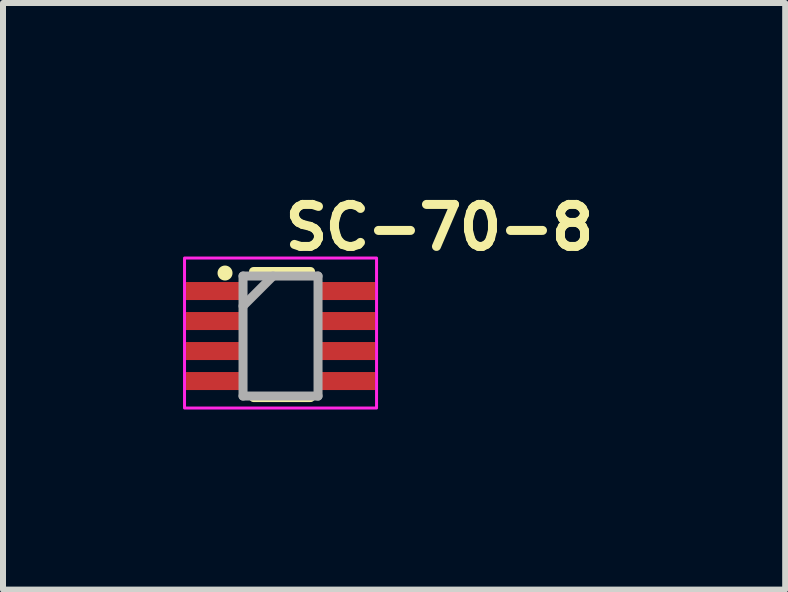
<source format=kicad_pcb>
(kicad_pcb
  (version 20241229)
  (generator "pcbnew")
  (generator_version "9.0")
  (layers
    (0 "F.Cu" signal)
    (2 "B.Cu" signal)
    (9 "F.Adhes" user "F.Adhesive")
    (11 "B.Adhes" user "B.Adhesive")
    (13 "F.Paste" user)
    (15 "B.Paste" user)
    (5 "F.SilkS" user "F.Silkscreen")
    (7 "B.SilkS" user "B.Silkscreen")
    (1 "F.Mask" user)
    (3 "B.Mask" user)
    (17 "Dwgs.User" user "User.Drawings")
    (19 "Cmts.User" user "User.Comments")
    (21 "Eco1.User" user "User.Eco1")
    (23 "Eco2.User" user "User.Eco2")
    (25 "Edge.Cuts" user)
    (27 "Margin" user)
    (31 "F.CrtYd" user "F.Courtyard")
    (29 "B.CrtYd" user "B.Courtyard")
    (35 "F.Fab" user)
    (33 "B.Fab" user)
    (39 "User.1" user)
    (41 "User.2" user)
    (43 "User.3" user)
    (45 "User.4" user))
  (footprint "SC-70-8"
    (layer "F.Cu")
    (at 1.625 2.55)
    (property "Reference" "SC-70-8" (at 0 -1.4 0) (layer "F.SilkS") (effects (font (size 0.7 0.7) (thickness 0.15)) (justify left bottom)))
    (attr smd)
    (fp_line (start -0.45 -1.075) (end 0.5 -1.075) (stroke (width 0.15) (type solid)) (layer "F.SilkS"))
    (fp_line (start -0.45 1.025) (end 0.5 1.025) (stroke (width 0.15) (type solid)) (layer "F.SilkS"))
    (fp_circle (center -0.925 -1.05) (end -0.875 -1.05) (stroke (width 0.15) (type solid)) (fill yes) (layer "F.SilkS"))
    (fp_rect (start -1.6 -1.3) (end 1.6 1.2) (stroke (width 0.05) (type solid)) (fill no) (layer "F.CrtYd"))
    (fp_line (start -0.625 -1) (end 0.625 -1) (stroke (width 0.15) (type solid)) (layer "F.Fab"))
    (fp_line (start -0.625 -0.5) (end -0.125 -1) (stroke (width 0.15) (type solid)) (layer "F.Fab"))
    (fp_line (start -0.625 1) (end -0.625 -1) (stroke (width 0.15) (type solid)) (layer "F.Fab"))
    (fp_line (start 0.625 -1) (end 0.625 1) (stroke (width 0.15) (type solid)) (layer "F.Fab"))
    (fp_line (start 0.625 1) (end -0.625 1) (stroke (width 0.15) (type solid)) (layer "F.Fab"))
    (fp_rect (start -1.05 -1) (end 1.05 1) (stroke (width 0.1) (type solid)) (fill no) (layer "User.5"))
    (fp_line (start -1.05 -0.855) (end -0.907 -0.855) (stroke (width 0.02) (type solid)) (layer "User.9"))
    (fp_line (start -1.05 -0.645) (end -1.05 -0.855) (stroke (width 0.02) (type solid)) (layer "User.9"))
    (fp_line (start -1.05 -0.645) (end -0.907 -0.645) (stroke (width 0.02) (type solid)) (layer "User.9"))
    (fp_line (start -1.05 -0.355) (end -0.907 -0.355) (stroke (width 0.02) (type solid)) (layer "User.9"))
    (fp_line (start -1.05 -0.145) (end -1.05 -0.355) (stroke (width 0.02) (type solid)) (layer "User.9"))
    (fp_line (start -1.05 -0.145) (end -0.907 -0.145) (stroke (width 0.02) (type solid)) (layer "User.9"))
    (fp_line (start -1.05 0.145) (end -0.907 0.145) (stroke (width 0.02) (type solid)) (layer "User.9"))
    (fp_line (start -1.05 0.355) (end -1.05 0.145) (stroke (width 0.02) (type solid)) (layer "User.9"))
    (fp_line (start -1.05 0.355) (end -0.907 0.355) (stroke (width 0.02) (type solid)) (layer "User.9"))
    (fp_line (start -1.05 0.645) (end -0.907 0.645) (stroke (width 0.02) (type solid)) (layer "User.9"))
    (fp_line (start -1.05 0.855) (end -1.05 0.645) (stroke (width 0.02) (type solid)) (layer "User.9"))
    (fp_line (start -1.05 0.855) (end -0.907 0.855) (stroke (width 0.02) (type solid)) (layer "User.9"))
    (fp_line (start -0.907 -0.855) (end -0.856 -0.855) (stroke (width 0.02) (type solid)) (layer "User.9"))
    (fp_line (start -0.907 -0.645) (end -0.856 -0.645) (stroke (width 0.02) (type solid)) (layer "User.9"))
    (fp_line (start -0.907 -0.355) (end -0.856 -0.355) (stroke (width 0.02) (type solid)) (layer "User.9"))
    (fp_line (start -0.907 -0.145) (end -0.856 -0.145) (stroke (width 0.02) (type solid)) (layer "User.9"))
    (fp_line (start -0.907 0.145) (end -0.856 0.145) (stroke (width 0.02) (type solid)) (layer "User.9"))
    (fp_line (start -0.907 0.355) (end -0.856 0.355) (stroke (width 0.02) (type solid)) (layer "User.9"))
    (fp_line (start -0.907 0.645) (end -0.856 0.645) (stroke (width 0.02) (type solid)) (layer "User.9"))
    (fp_line (start -0.907 0.855) (end -0.856 0.855) (stroke (width 0.02) (type solid)) (layer "User.9"))
    (fp_line (start -0.856 -0.855) (end -0.736 -0.855) (stroke (width 0.02) (type solid)) (layer "User.9"))
    (fp_line (start -0.856 -0.645) (end -0.736 -0.645) (stroke (width 0.02) (type solid)) (layer "User.9"))
    (fp_line (start -0.856 -0.355) (end -0.736 -0.355) (stroke (width 0.02) (type solid)) (layer "User.9"))
    (fp_line (start -0.856 -0.145) (end -0.736 -0.145) (stroke (width 0.02) (type solid)) (layer "User.9"))
    (fp_line (start -0.856 0.145) (end -0.736 0.145) (stroke (width 0.02) (type solid)) (layer "User.9"))
    (fp_line (start -0.856 0.355) (end -0.736 0.355) (stroke (width 0.02) (type solid)) (layer "User.9"))
    (fp_line (start -0.856 0.645) (end -0.736 0.645) (stroke (width 0.02) (type solid)) (layer "User.9"))
    (fp_line (start -0.856 0.855) (end -0.736 0.855) (stroke (width 0.02) (type solid)) (layer "User.9"))
    (fp_line (start -0.736 -0.855) (end -0.686 -0.855) (stroke (width 0.02) (type solid)) (layer "User.9"))
    (fp_line (start -0.736 -0.645) (end -0.686 -0.645) (stroke (width 0.02) (type solid)) (layer "User.9"))
    (fp_line (start -0.736 -0.355) (end -0.686 -0.355) (stroke (width 0.02) (type solid)) (layer "User.9"))
    (fp_line (start -0.736 -0.145) (end -0.686 -0.145) (stroke (width 0.02) (type solid)) (layer "User.9"))
    (fp_line (start -0.736 0.145) (end -0.686 0.145) (stroke (width 0.02) (type solid)) (layer "User.9"))
    (fp_line (start -0.736 0.355) (end -0.686 0.355) (stroke (width 0.02) (type solid)) (layer "User.9"))
    (fp_line (start -0.736 0.645) (end -0.686 0.645) (stroke (width 0.02) (type solid)) (layer "User.9"))
    (fp_line (start -0.736 0.855) (end -0.686 0.855) (stroke (width 0.02) (type solid)) (layer "User.9"))
    (fp_line (start -0.686 -0.855) (end -0.625 -0.855) (stroke (width 0.02) (type solid)) (layer "User.9"))
    (fp_line (start -0.686 -0.645) (end -0.625 -0.645) (stroke (width 0.02) (type solid)) (layer "User.9"))
    (fp_line (start -0.686 -0.355) (end -0.625 -0.355) (stroke (width 0.02) (type solid)) (layer "User.9"))
    (fp_line (start -0.686 -0.145) (end -0.625 -0.145) (stroke (width 0.02) (type solid)) (layer "User.9"))
    (fp_line (start -0.686 0.145) (end -0.625 0.145) (stroke (width 0.02) (type solid)) (layer "User.9"))
    (fp_line (start -0.686 0.355) (end -0.625 0.355) (stroke (width 0.02) (type solid)) (layer "User.9"))
    (fp_line (start -0.686 0.645) (end -0.625 0.645) (stroke (width 0.02) (type solid)) (layer "User.9"))
    (fp_line (start -0.686 0.855) (end -0.625 0.855) (stroke (width 0.02) (type solid)) (layer "User.9"))
    (fp_line (start -0.625 -1) (end -0.594 -0.969) (stroke (width 0.02) (type solid)) (layer "User.9"))
    (fp_line (start -0.625 -1) (end 0.625 -1) (stroke (width 0.02) (type solid)) (layer "User.9"))
    (fp_line (start -0.625 -0.645) (end -0.625 -0.855) (stroke (width 0.02) (type solid)) (layer "User.9"))
    (fp_line (start -0.625 -0.145) (end -0.625 -0.355) (stroke (width 0.02) (type solid)) (layer "User.9"))
    (fp_line (start -0.625 0.355) (end -0.625 0.145) (stroke (width 0.02) (type solid)) (layer "User.9"))
    (fp_line (start -0.625 0.855) (end -0.625 0.645) (stroke (width 0.02) (type solid)) (layer "User.9"))
    (fp_line (start -0.625 1) (end -0.625 -1) (stroke (width 0.02) (type solid)) (layer "User.9"))
    (fp_line (start -0.625 1) (end -0.594 0.969) (stroke (width 0.02) (type solid)) (layer "User.9"))
    (fp_line (start -0.625 1) (end 0.625 1) (stroke (width 0.02) (type solid)) (layer "User.9"))
    (fp_line (start -0.594 -0.969) (end -0.574 -0.949) (stroke (width 0.02) (type solid)) (layer "User.9"))
    (fp_line (start -0.594 0.969) (end -0.574 0.949) (stroke (width 0.02) (type solid)) (layer "User.9"))
    (fp_line (start -0.495 -0.8) (end -0.495 -0.796) (stroke (width 0.02) (type solid)) (layer "User.9"))
    (fp_line (start -0.495 -0.796) (end -0.495 -0.792) (stroke (width 0.02) (type solid)) (layer "User.9"))
    (fp_line (start -0.495 -0.792) (end -0.495 -0.792) (stroke (width 0.02) (type solid)) (layer "User.9"))
    (fp_line (start -0.495 -0.792) (end -0.495 -0.788) (stroke (width 0.02) (type solid)) (layer "User.9"))
    (fp_line (start -0.495 -0.788) (end -0.495 -0.784) (stroke (width 0.02) (type solid)) (layer "User.9"))
    (fp_line (start -0.495 -0.784) (end -0.494 -0.78) (stroke (width 0.02) (type solid)) (layer "User.9"))
    (fp_line (start -0.494 -0.808) (end -0.494 -0.804) (stroke (width 0.02) (type solid)) (layer "User.9"))
    (fp_line (start -0.494 -0.804) (end -0.495 -0.8) (stroke (width 0.02) (type solid)) (layer "User.9"))
    (fp_line (start -0.494 -0.78) (end -0.494 -0.776) (stroke (width 0.02) (type solid)) (layer "User.9"))
    (fp_line (start -0.494 -0.776) (end -0.493 -0.772) (stroke (width 0.02) (type solid)) (layer "User.9"))
    (fp_line (start -0.493 -0.812) (end -0.494 -0.808) (stroke (width 0.02) (type solid)) (layer "User.9"))
    (fp_line (start -0.493 -0.772) (end -0.492 -0.769) (stroke (width 0.02) (type solid)) (layer "User.9"))
    (fp_line (start -0.492 -0.815) (end -0.493 -0.812) (stroke (width 0.02) (type solid)) (layer "User.9"))
    (fp_line (start -0.492 -0.769) (end -0.49 -0.765) (stroke (width 0.02) (type solid)) (layer "User.9"))
    (fp_line (start -0.49 -0.819) (end -0.492 -0.815) (stroke (width 0.02) (type solid)) (layer "User.9"))
    (fp_line (start -0.49 -0.765) (end -0.489 -0.762) (stroke (width 0.02) (type solid)) (layer "User.9"))
    (fp_line (start -0.489 -0.822) (end -0.49 -0.819) (stroke (width 0.02) (type solid)) (layer "User.9"))
    (fp_line (start -0.489 -0.762) (end -0.487 -0.758) (stroke (width 0.02) (type solid)) (layer "User.9"))
    (fp_line (start -0.487 -0.826) (end -0.489 -0.822) (stroke (width 0.02) (type solid)) (layer "User.9"))
    (fp_line (start -0.487 -0.758) (end -0.486 -0.755) (stroke (width 0.02) (type solid)) (layer "User.9"))
    (fp_line (start -0.486 -0.829) (end -0.487 -0.826) (stroke (width 0.02) (type solid)) (layer "User.9"))
    (fp_line (start -0.486 -0.755) (end -0.484 -0.751) (stroke (width 0.02) (type solid)) (layer "User.9"))
    (fp_line (start -0.484 -0.833) (end -0.486 -0.829) (stroke (width 0.02) (type solid)) (layer "User.9"))
    (fp_line (start -0.484 -0.751) (end -0.482 -0.748) (stroke (width 0.02) (type solid)) (layer "User.9"))
    (fp_line (start -0.482 -0.836) (end -0.484 -0.833) (stroke (width 0.02) (type solid)) (layer "User.9"))
    (fp_line (start -0.482 -0.748) (end -0.48 -0.745) (stroke (width 0.02) (type solid)) (layer "User.9"))
    (fp_line (start -0.48 -0.839) (end -0.482 -0.836) (stroke (width 0.02) (type solid)) (layer "User.9"))
    (fp_line (start -0.48 -0.745) (end -0.477 -0.742) (stroke (width 0.02) (type solid)) (layer "User.9"))
    (fp_line (start -0.477 -0.842) (end -0.48 -0.839) (stroke (width 0.02) (type solid)) (layer "User.9"))
    (fp_line (start -0.477 -0.742) (end -0.475 -0.739) (stroke (width 0.02) (type solid)) (layer "User.9"))
    (fp_line (start -0.475 -0.845) (end -0.477 -0.842) (stroke (width 0.02) (type solid)) (layer "User.9"))
    (fp_line (start -0.475 -0.739) (end -0.472 -0.737) (stroke (width 0.02) (type solid)) (layer "User.9"))
    (fp_line (start -0.472 -0.847) (end -0.475 -0.845) (stroke (width 0.02) (type solid)) (layer "User.9"))
    (fp_line (start -0.472 -0.737) (end -0.47 -0.734) (stroke (width 0.02) (type solid)) (layer "User.9"))
    (fp_line (start -0.47 -0.85) (end -0.472 -0.847) (stroke (width 0.02) (type solid)) (layer "User.9"))
    (fp_line (start -0.47 -0.734) (end -0.467 -0.732) (stroke (width 0.02) (type solid)) (layer "User.9"))
    (fp_line (start -0.467 -0.852) (end -0.47 -0.85) (stroke (width 0.02) (type solid)) (layer "User.9"))
    (fp_line (start -0.467 -0.732) (end -0.464 -0.729) (stroke (width 0.02) (type solid)) (layer "User.9"))
    (fp_line (start -0.464 -0.855) (end -0.467 -0.852) (stroke (width 0.02) (type solid)) (layer "User.9"))
    (fp_line (start -0.464 -0.729) (end -0.461 -0.727) (stroke (width 0.02) (type solid)) (layer "User.9"))
    (fp_line (start -0.461 -0.857) (end -0.464 -0.855) (stroke (width 0.02) (type solid)) (layer "User.9"))
    (fp_line (start -0.461 -0.727) (end -0.458 -0.725) (stroke (width 0.02) (type solid)) (layer "User.9"))
    (fp_line (start -0.458 -0.859) (end -0.461 -0.857) (stroke (width 0.02) (type solid)) (layer "User.9"))
    (fp_line (start -0.458 -0.725) (end -0.454 -0.723) (stroke (width 0.02) (type solid)) (layer "User.9"))
    (fp_line (start -0.454 -0.861) (end -0.458 -0.859) (stroke (width 0.02) (type solid)) (layer "User.9"))
    (fp_line (start -0.454 -0.723) (end -0.451 -0.722) (stroke (width 0.02) (type solid)) (layer "User.9"))
    (fp_line (start -0.451 -0.862) (end -0.454 -0.861) (stroke (width 0.02) (type solid)) (layer "User.9"))
    (fp_line (start -0.451 -0.722) (end -0.447 -0.72) (stroke (width 0.02) (type solid)) (layer "User.9"))
    (fp_line (start -0.447 -0.864) (end -0.451 -0.862) (stroke (width 0.02) (type solid)) (layer "User.9"))
    (fp_line (start -0.447 -0.72) (end -0.444 -0.719) (stroke (width 0.02) (type solid)) (layer "User.9"))
    (fp_line (start -0.444 -0.865) (end -0.447 -0.864) (stroke (width 0.02) (type solid)) (layer "User.9"))
    (fp_line (start -0.444 -0.719) (end -0.44 -0.717) (stroke (width 0.02) (type solid)) (layer "User.9"))
    (fp_line (start -0.44 -0.867) (end -0.444 -0.865) (stroke (width 0.02) (type solid)) (layer "User.9"))
    (fp_line (start -0.44 -0.717) (end -0.437 -0.716) (stroke (width 0.02) (type solid)) (layer "User.9"))
    (fp_line (start -0.437 -0.868) (end -0.44 -0.867) (stroke (width 0.02) (type solid)) (layer "User.9"))
    (fp_line (start -0.437 -0.716) (end -0.433 -0.715) (stroke (width 0.02) (type solid)) (layer "User.9"))
    (fp_line (start -0.433 -0.869) (end -0.437 -0.868) (stroke (width 0.02) (type solid)) (layer "User.9"))
    (fp_line (start -0.433 -0.715) (end -0.429 -0.715) (stroke (width 0.02) (type solid)) (layer "User.9"))
    (fp_line (start -0.429 -0.869) (end -0.433 -0.869) (stroke (width 0.02) (type solid)) (layer "User.9"))
    (fp_line (start -0.429 -0.715) (end -0.425 -0.714) (stroke (width 0.02) (type solid)) (layer "User.9"))
    (fp_line (start -0.425 -0.87) (end -0.429 -0.869) (stroke (width 0.02) (type solid)) (layer "User.9"))
    (fp_line (start -0.425 -0.714) (end -0.421 -0.714) (stroke (width 0.02) (type solid)) (layer "User.9"))
    (fp_line (start -0.421 -0.87) (end -0.425 -0.87) (stroke (width 0.02) (type solid)) (layer "User.9"))
    (fp_line (start -0.421 -0.714) (end -0.417 -0.714) (stroke (width 0.02) (type solid)) (layer "User.9"))
    (fp_line (start -0.417 -0.87) (end -0.421 -0.87) (stroke (width 0.02) (type solid)) (layer "User.9"))
    (fp_line (start -0.417 -0.87) (end -0.417 -0.87) (stroke (width 0.02) (type solid)) (layer "User.9"))
    (fp_line (start -0.417 -0.714) (end -0.417 -0.714) (stroke (width 0.02) (type solid)) (layer "User.9"))
    (fp_line (start -0.417 -0.714) (end -0.413 -0.714) (stroke (width 0.02) (type solid)) (layer "User.9"))
    (fp_line (start -0.413 -0.87) (end -0.417 -0.87) (stroke (width 0.02) (type solid)) (layer "User.9"))
    (fp_line (start -0.413 -0.714) (end -0.409 -0.714) (stroke (width 0.02) (type solid)) (layer "User.9"))
    (fp_line (start -0.409 -0.87) (end -0.413 -0.87) (stroke (width 0.02) (type solid)) (layer "User.9"))
    (fp_line (start -0.409 -0.714) (end -0.405 -0.715) (stroke (width 0.02) (type solid)) (layer "User.9"))
    (fp_line (start -0.405 -0.869) (end -0.409 -0.87) (stroke (width 0.02) (type solid)) (layer "User.9"))
    (fp_line (start -0.405 -0.715) (end -0.401 -0.715) (stroke (width 0.02) (type solid)) (layer "User.9"))
    (fp_line (start -0.401 -0.869) (end -0.405 -0.869) (stroke (width 0.02) (type solid)) (layer "User.9"))
    (fp_line (start -0.401 -0.715) (end -0.397 -0.716) (stroke (width 0.02) (type solid)) (layer "User.9"))
    (fp_line (start -0.397 -0.868) (end -0.401 -0.869) (stroke (width 0.02) (type solid)) (layer "User.9"))
    (fp_line (start -0.397 -0.716) (end -0.394 -0.717) (stroke (width 0.02) (type solid)) (layer "User.9"))
    (fp_line (start -0.394 -0.867) (end -0.397 -0.868) (stroke (width 0.02) (type solid)) (layer "User.9"))
    (fp_line (start -0.394 -0.717) (end -0.39 -0.719) (stroke (width 0.02) (type solid)) (layer "User.9"))
    (fp_line (start -0.39 -0.865) (end -0.394 -0.867) (stroke (width 0.02) (type solid)) (layer "User.9"))
    (fp_line (start -0.39 -0.719) (end -0.387 -0.72) (stroke (width 0.02) (type solid)) (layer "User.9"))
    (fp_line (start -0.387 -0.864) (end -0.39 -0.865) (stroke (width 0.02) (type solid)) (layer "User.9"))
    (fp_line (start -0.387 -0.72) (end -0.383 -0.722) (stroke (width 0.02) (type solid)) (layer "User.9"))
    (fp_line (start -0.383 -0.862) (end -0.387 -0.864) (stroke (width 0.02) (type solid)) (layer "User.9"))
    (fp_line (start -0.383 -0.722) (end -0.38 -0.723) (stroke (width 0.02) (type solid)) (layer "User.9"))
    (fp_line (start -0.38 -0.861) (end -0.383 -0.862) (stroke (width 0.02) (type solid)) (layer "User.9"))
    (fp_line (start -0.38 -0.723) (end -0.376 -0.725) (stroke (width 0.02) (type solid)) (layer "User.9"))
    (fp_line (start -0.376 -0.859) (end -0.38 -0.861) (stroke (width 0.02) (type solid)) (layer "User.9"))
    (fp_line (start -0.376 -0.725) (end -0.373 -0.727) (stroke (width 0.02) (type solid)) (layer "User.9"))
    (fp_line (start -0.373 -0.857) (end -0.376 -0.859) (stroke (width 0.02) (type solid)) (layer "User.9"))
    (fp_line (start -0.373 -0.727) (end -0.37 -0.729) (stroke (width 0.02) (type solid)) (layer "User.9"))
    (fp_line (start -0.37 -0.855) (end -0.373 -0.857) (stroke (width 0.02) (type solid)) (layer "User.9"))
    (fp_line (start -0.37 -0.729) (end -0.367 -0.732) (stroke (width 0.02) (type solid)) (layer "User.9"))
    (fp_line (start -0.367 -0.852) (end -0.37 -0.855) (stroke (width 0.02) (type solid)) (layer "User.9"))
    (fp_line (start -0.367 -0.732) (end -0.364 -0.734) (stroke (width 0.02) (type solid)) (layer "User.9"))
    (fp_line (start -0.364 -0.85) (end -0.367 -0.852) (stroke (width 0.02) (type solid)) (layer "User.9"))
    (fp_line (start -0.364 -0.734) (end -0.362 -0.737) (stroke (width 0.02) (type solid)) (layer "User.9"))
    (fp_line (start -0.362 -0.847) (end -0.364 -0.85) (stroke (width 0.02) (type solid)) (layer "User.9"))
    (fp_line (start -0.362 -0.737) (end -0.359 -0.739) (stroke (width 0.02) (type solid)) (layer "User.9"))
    (fp_line (start -0.359 -0.845) (end -0.362 -0.847) (stroke (width 0.02) (type solid)) (layer "User.9"))
    (fp_line (start -0.359 -0.739) (end -0.357 -0.742) (stroke (width 0.02) (type solid)) (layer "User.9"))
    (fp_line (start -0.357 -0.842) (end -0.359 -0.845) (stroke (width 0.02) (type solid)) (layer "User.9"))
    (fp_line (start -0.357 -0.742) (end -0.354 -0.745) (stroke (width 0.02) (type solid)) (layer "User.9"))
    (fp_line (start -0.354 -0.839) (end -0.357 -0.842) (stroke (width 0.02) (type solid)) (layer "User.9"))
    (fp_line (start -0.354 -0.745) (end -0.352 -0.748) (stroke (width 0.02) (type solid)) (layer "User.9"))
    (fp_line (start -0.352 -0.836) (end -0.354 -0.839) (stroke (width 0.02) (type solid)) (layer "User.9"))
    (fp_line (start -0.352 -0.748) (end -0.35 -0.751) (stroke (width 0.02) (type solid)) (layer "User.9"))
    (fp_line (start -0.35 -0.833) (end -0.352 -0.836) (stroke (width 0.02) (type solid)) (layer "User.9"))
    (fp_line (start -0.35 -0.751) (end -0.348 -0.755) (stroke (width 0.02) (type solid)) (layer "User.9"))
    (fp_line (start -0.348 -0.829) (end -0.35 -0.833) (stroke (width 0.02) (type solid)) (layer "User.9"))
    (fp_line (start -0.348 -0.755) (end -0.347 -0.758) (stroke (width 0.02) (type solid)) (layer "User.9"))
    (fp_line (start -0.347 -0.826) (end -0.348 -0.829) (stroke (width 0.02) (type solid)) (layer "User.9"))
    (fp_line (start -0.347 -0.758) (end -0.345 -0.762) (stroke (width 0.02) (type solid)) (layer "User.9"))
    (fp_line (start -0.345 -0.822) (end -0.347 -0.826) (stroke (width 0.02) (type solid)) (layer "User.9"))
    (fp_line (start -0.345 -0.762) (end -0.344 -0.765) (stroke (width 0.02) (type solid)) (layer "User.9"))
    (fp_line (start -0.344 -0.819) (end -0.345 -0.822) (stroke (width 0.02) (type solid)) (layer "User.9"))
    (fp_line (start -0.344 -0.765) (end -0.342 -0.769) (stroke (width 0.02) (type solid)) (layer "User.9"))
    (fp_line (start -0.342 -0.815) (end -0.344 -0.819) (stroke (width 0.02) (type solid)) (layer "User.9"))
    (fp_line (start -0.342 -0.769) (end -0.341 -0.772) (stroke (width 0.02) (type solid)) (layer "User.9"))
    (fp_line (start -0.341 -0.812) (end -0.342 -0.815) (stroke (width 0.02) (type solid)) (layer "User.9"))
    (fp_line (start -0.341 -0.772) (end -0.34 -0.776) (stroke (width 0.02) (type solid)) (layer "User.9"))
    (fp_line (start -0.34 -0.808) (end -0.341 -0.812) (stroke (width 0.02) (type solid)) (layer "User.9"))
    (fp_line (start -0.34 -0.804) (end -0.34 -0.808) (stroke (width 0.02) (type solid)) (layer "User.9"))
    (fp_line (start -0.34 -0.78) (end -0.339 -0.784) (stroke (width 0.02) (type solid)) (layer "User.9"))
    (fp_line (start -0.34 -0.776) (end -0.34 -0.78) (stroke (width 0.02) (type solid)) (layer "User.9"))
    (fp_line (start -0.339 -0.8) (end -0.34 -0.804) (stroke (width 0.02) (type solid)) (layer "User.9"))
    (fp_line (start -0.339 -0.796) (end -0.339 -0.8) (stroke (width 0.02) (type solid)) (layer "User.9"))
    (fp_line (start -0.339 -0.792) (end -0.339 -0.796) (stroke (width 0.02) (type solid)) (layer "User.9"))
    (fp_line (start -0.339 -0.792) (end -0.339 -0.792) (stroke (width 0.02) (type solid)) (layer "User.9"))
    (fp_line (start -0.339 -0.792) (end -0.339 -0.792) (stroke (width 0.02) (type solid)) (layer "User.9"))
    (fp_line (start -0.339 -0.788) (end -0.339 -0.792) (stroke (width 0.02) (type solid)) (layer "User.9"))
    (fp_line (start -0.339 -0.784) (end -0.339 -0.788) (stroke (width 0.02) (type solid)) (layer "User.9"))
    (fp_line (start 0.574 -0.949) (end 0.594 -0.969) (stroke (width 0.02) (type solid)) (layer "User.9"))
    (fp_line (start 0.594 0.969) (end 0.574 0.949) (stroke (width 0.02) (type solid)) (layer "User.9"))
    (fp_line (start 0.625 -1) (end 0.594 -0.969) (stroke (width 0.02) (type solid)) (layer "User.9"))
    (fp_line (start 0.625 -0.855) (end 0.686 -0.855) (stroke (width 0.02) (type solid)) (layer "User.9"))
    (fp_line (start 0.625 -0.645) (end 0.625 -0.855) (stroke (width 0.02) (type solid)) (layer "User.9"))
    (fp_line (start 0.625 -0.645) (end 0.686 -0.645) (stroke (width 0.02) (type solid)) (layer "User.9"))
    (fp_line (start 0.625 -0.355) (end 0.686 -0.355) (stroke (width 0.02) (type solid)) (layer "User.9"))
    (fp_line (start 0.625 -0.145) (end 0.625 -0.355) (stroke (width 0.02) (type solid)) (layer "User.9"))
    (fp_line (start 0.625 -0.145) (end 0.686 -0.145) (stroke (width 0.02) (type solid)) (layer "User.9"))
    (fp_line (start 0.625 0.145) (end 0.686 0.145) (stroke (width 0.02) (type solid)) (layer "User.9"))
    (fp_line (start 0.625 0.355) (end 0.625 0.145) (stroke (width 0.02) (type solid)) (layer "User.9"))
    (fp_line (start 0.625 0.355) (end 0.686 0.355) (stroke (width 0.02) (type solid)) (layer "User.9"))
    (fp_line (start 0.625 0.645) (end 0.686 0.645) (stroke (width 0.02) (type solid)) (layer "User.9"))
    (fp_line (start 0.625 0.855) (end 0.625 0.645) (stroke (width 0.02) (type solid)) (layer "User.9"))
    (fp_line (start 0.625 0.855) (end 0.686 0.855) (stroke (width 0.02) (type solid)) (layer "User.9"))
    (fp_line (start 0.625 1) (end 0.594 0.969) (stroke (width 0.02) (type solid)) (layer "User.9"))
    (fp_line (start 0.625 1) (end 0.625 -1) (stroke (width 0.02) (type solid)) (layer "User.9"))
    (fp_line (start 0.736 -0.855) (end 0.686 -0.855) (stroke (width 0.02) (type solid)) (layer "User.9"))
    (fp_line (start 0.736 -0.645) (end 0.686 -0.645) (stroke (width 0.02) (type solid)) (layer "User.9"))
    (fp_line (start 0.736 -0.355) (end 0.686 -0.355) (stroke (width 0.02) (type solid)) (layer "User.9"))
    (fp_line (start 0.736 -0.145) (end 0.686 -0.145) (stroke (width 0.02) (type solid)) (layer "User.9"))
    (fp_line (start 0.736 0.145) (end 0.686 0.145) (stroke (width 0.02) (type solid)) (layer "User.9"))
    (fp_line (start 0.736 0.355) (end 0.686 0.355) (stroke (width 0.02) (type solid)) (layer "User.9"))
    (fp_line (start 0.736 0.645) (end 0.686 0.645) (stroke (width 0.02) (type solid)) (layer "User.9"))
    (fp_line (start 0.736 0.855) (end 0.686 0.855) (stroke (width 0.02) (type solid)) (layer "User.9"))
    (fp_line (start 0.856 -0.855) (end 0.736 -0.855) (stroke (width 0.02) (type solid)) (layer "User.9"))
    (fp_line (start 0.856 -0.645) (end 0.736 -0.645) (stroke (width 0.02) (type solid)) (layer "User.9"))
    (fp_line (start 0.856 -0.355) (end 0.736 -0.355) (stroke (width 0.02) (type solid)) (layer "User.9"))
    (fp_line (start 0.856 -0.145) (end 0.736 -0.145) (stroke (width 0.02) (type solid)) (layer "User.9"))
    (fp_line (start 0.856 0.145) (end 0.736 0.145) (stroke (width 0.02) (type solid)) (layer "User.9"))
    (fp_line (start 0.856 0.355) (end 0.736 0.355) (stroke (width 0.02) (type solid)) (layer "User.9"))
    (fp_line (start 0.856 0.645) (end 0.736 0.645) (stroke (width 0.02) (type solid)) (layer "User.9"))
    (fp_line (start 0.856 0.855) (end 0.736 0.855) (stroke (width 0.02) (type solid)) (layer "User.9"))
    (fp_line (start 0.907 -0.855) (end 0.856 -0.855) (stroke (width 0.02) (type solid)) (layer "User.9"))
    (fp_line (start 0.907 -0.855) (end 1.05 -0.855) (stroke (width 0.02) (type solid)) (layer "User.9"))
    (fp_line (start 0.907 -0.645) (end 0.856 -0.645) (stroke (width 0.02) (type solid)) (layer "User.9"))
    (fp_line (start 0.907 -0.645) (end 1.05 -0.645) (stroke (width 0.02) (type solid)) (layer "User.9"))
    (fp_line (start 0.907 -0.355) (end 0.856 -0.355) (stroke (width 0.02) (type solid)) (layer "User.9"))
    (fp_line (start 0.907 -0.355) (end 1.05 -0.355) (stroke (width 0.02) (type solid)) (layer "User.9"))
    (fp_line (start 0.907 -0.145) (end 0.856 -0.145) (stroke (width 0.02) (type solid)) (layer "User.9"))
    (fp_line (start 0.907 -0.145) (end 1.05 -0.145) (stroke (width 0.02) (type solid)) (layer "User.9"))
    (fp_line (start 0.907 0.145) (end 0.856 0.145) (stroke (width 0.02) (type solid)) (layer "User.9"))
    (fp_line (start 0.907 0.145) (end 1.05 0.145) (stroke (width 0.02) (type solid)) (layer "User.9"))
    (fp_line (start 0.907 0.355) (end 0.856 0.355) (stroke (width 0.02) (type solid)) (layer "User.9"))
    (fp_line (start 0.907 0.355) (end 1.05 0.355) (stroke (width 0.02) (type solid)) (layer "User.9"))
    (fp_line (start 0.907 0.645) (end 0.856 0.645) (stroke (width 0.02) (type solid)) (layer "User.9"))
    (fp_line (start 0.907 0.645) (end 1.05 0.645) (stroke (width 0.02) (type solid)) (layer "User.9"))
    (fp_line (start 0.907 0.855) (end 0.856 0.855) (stroke (width 0.02) (type solid)) (layer "User.9"))
    (fp_line (start 0.907 0.855) (end 1.05 0.855) (stroke (width 0.02) (type solid)) (layer "User.9"))
    (fp_line (start 1.05 -0.645) (end 1.05 -0.855) (stroke (width 0.02) (type solid)) (layer "User.9"))
    (fp_line (start 1.05 -0.145) (end 1.05 -0.355) (stroke (width 0.02) (type solid)) (layer "User.9"))
    (fp_line (start 1.05 0.355) (end 1.05 0.145) (stroke (width 0.02) (type solid)) (layer "User.9"))
    (fp_line (start 1.05 0.855) (end 1.05 0.645) (stroke (width 0.02) (type solid)) (layer "User.9"))
    (pad "1" smd rect (at -1.1 -0.75 90) (size 0.3 0.95) (layers "F.Cu" "F.Mask" "F.Paste"))
    (pad "2" smd rect (at -1.1 -0.25 90) (size 0.3 0.95) (layers "F.Cu" "F.Mask" "F.Paste"))
    (pad "3" smd rect (at -1.1 0.25 90) (size 0.3 0.95) (layers "F.Cu" "F.Mask" "F.Paste"))
    (pad "4" smd rect (at -1.1 0.75 90) (size 0.3 0.95) (layers "F.Cu" "F.Mask" "F.Paste"))
    (pad "5" smd rect (at 1.1 0.75 90) (size 0.3 0.95) (layers "F.Cu" "F.Mask" "F.Paste"))
    (pad "6" smd rect (at 1.1 0.25 90) (size 0.3 0.95) (layers "F.Cu" "F.Mask" "F.Paste"))
    (pad "7" smd rect (at 1.1 -0.25 90) (size 0.3 0.95) (layers "F.Cu" "F.Mask" "F.Paste"))
    (pad "8" smd rect (at 1.1 -0.75 90) (size 0.3 0.95) (layers "F.Cu" "F.Mask" "F.Paste")))
  (gr_rect
    (start -3 -3)
    (end 10.035 6.775)
    (stroke (width 0.1) (type default))
    (fill no)
    (layer "Edge.Cuts")))
</source>
